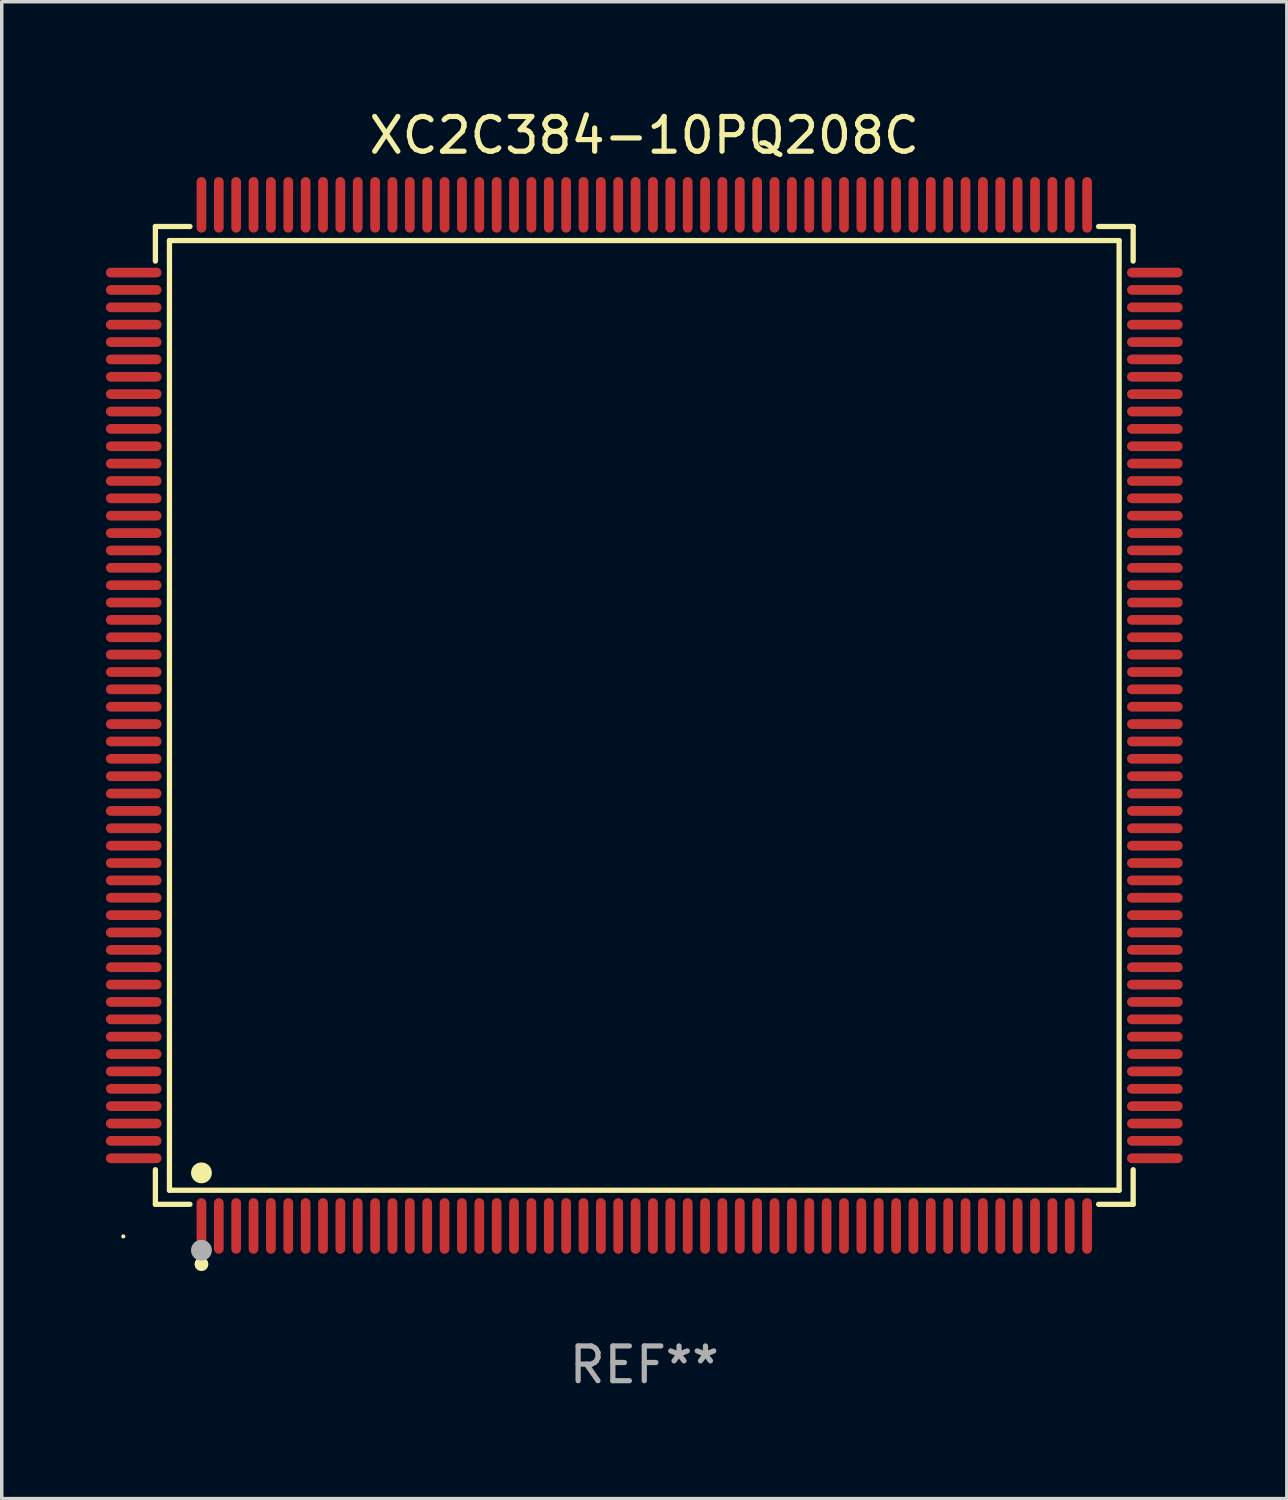
<source format=kicad_pcb>
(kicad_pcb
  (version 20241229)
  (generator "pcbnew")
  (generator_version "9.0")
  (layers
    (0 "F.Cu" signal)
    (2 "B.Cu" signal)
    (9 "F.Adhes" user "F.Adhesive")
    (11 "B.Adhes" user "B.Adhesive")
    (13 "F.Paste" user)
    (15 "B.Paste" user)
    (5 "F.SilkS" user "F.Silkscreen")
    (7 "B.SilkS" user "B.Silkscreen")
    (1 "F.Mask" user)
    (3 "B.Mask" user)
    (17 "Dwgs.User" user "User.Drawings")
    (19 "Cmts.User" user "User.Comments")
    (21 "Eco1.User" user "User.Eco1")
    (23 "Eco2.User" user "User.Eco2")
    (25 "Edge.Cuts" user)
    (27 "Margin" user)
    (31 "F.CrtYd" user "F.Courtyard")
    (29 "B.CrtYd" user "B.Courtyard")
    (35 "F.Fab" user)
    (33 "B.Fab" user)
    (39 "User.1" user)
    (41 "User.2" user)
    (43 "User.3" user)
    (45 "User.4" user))
  (footprint "XC2C384-10PQ208C"
    (layer "F.Cu")
    (at 15.5 17.548)
    (property "Reference" "XC2C384-10PQ208C" (at 0 -16.7 0) (layer "F.SilkS") (effects (font (size 1 1) (thickness 0.15))))
    (attr through_hole)
    (fp_line (start -14.076 -14.076) (end -13.081 -14.076) (stroke (width 0.152) (type solid)) (layer "F.SilkS"))
    (fp_line (start -14.076 -13.081) (end -14.076 -14.076) (stroke (width 0.152) (type solid)) (layer "F.SilkS"))
    (fp_line (start -14.076 13.081) (end -14.076 14.076) (stroke (width 0.152) (type solid)) (layer "F.SilkS"))
    (fp_line (start -14.076 14.076) (end -13.081 14.076) (stroke (width 0.152) (type solid)) (layer "F.SilkS"))
    (fp_line (start -13.671 -13.671) (end 13.671 -13.671) (stroke (width 0.152) (type solid)) (layer "F.SilkS"))
    (fp_line (start -13.671 13.671) (end -13.671 -13.671) (stroke (width 0.152) (type solid)) (layer "F.SilkS"))
    (fp_line (start 13.671 -13.671) (end 13.671 13.671) (stroke (width 0.152) (type solid)) (layer "F.SilkS"))
    (fp_line (start 13.671 13.671) (end -13.671 13.671) (stroke (width 0.152) (type solid)) (layer "F.SilkS"))
    (fp_line (start 14.076 -14.076) (end 13.081 -14.076) (stroke (width 0.152) (type solid)) (layer "F.SilkS"))
    (fp_line (start 14.076 -13.081) (end 14.076 -14.076) (stroke (width 0.152) (type solid)) (layer "F.SilkS"))
    (fp_line (start 14.076 13.081) (end 14.076 14.076) (stroke (width 0.152) (type solid)) (layer "F.SilkS"))
    (fp_line (start 14.076 14.076) (end 13.081 14.076) (stroke (width 0.152) (type solid)) (layer "F.SilkS"))
    (fp_circle (center -15 15) (end -14.97 15) (stroke (width 0.06) (type solid)) (fill no) (layer "F.SilkS"))
    (fp_circle (center -12.75 13.171) (end -12.6 13.171) (stroke (width 0.3) (type solid)) (fill no) (layer "F.SilkS"))
    (fp_circle (center -12.75 15.8) (end -12.65 15.8) (stroke (width 0.2) (type solid)) (fill no) (layer "F.SilkS"))
    (fp_circle (center -12.75 15.4) (end -12.6 15.4) (stroke (width 0.3) (type solid)) (fill no) (layer "F.Fab"))
    (fp_text user "REF**" (at 0 18.7 0) (layer "F.Fab") (effects (font (size 1 1) (thickness 0.15))))
    (pad "1" smd oval (at -12.75 14.7) (size 0.28 1.6) (layers "F.Cu" "F.Mask" "F.Paste"))
    (pad "2" smd oval (at -12.25 14.7) (size 0.28 1.6) (layers "F.Cu" "F.Mask" "F.Paste"))
    (pad "3" smd oval (at -11.75 14.7) (size 0.28 1.6) (layers "F.Cu" "F.Mask" "F.Paste"))
    (pad "4" smd oval (at -11.25 14.7) (size 0.28 1.6) (layers "F.Cu" "F.Mask" "F.Paste"))
    (pad "5" smd oval (at -10.75 14.7) (size 0.28 1.6) (layers "F.Cu" "F.Mask" "F.Paste"))
    (pad "6" smd oval (at -10.25 14.7) (size 0.28 1.6) (layers "F.Cu" "F.Mask" "F.Paste"))
    (pad "7" smd oval (at -9.75 14.7) (size 0.28 1.6) (layers "F.Cu" "F.Mask" "F.Paste"))
    (pad "8" smd oval (at -9.25 14.7) (size 0.28 1.6) (layers "F.Cu" "F.Mask" "F.Paste"))
    (pad "9" smd oval (at -8.75 14.7) (size 0.28 1.6) (layers "F.Cu" "F.Mask" "F.Paste"))
    (pad "10" smd oval (at -8.25 14.7) (size 0.28 1.6) (layers "F.Cu" "F.Mask" "F.Paste"))
    (pad "11" smd oval (at -7.75 14.7) (size 0.28 1.6) (layers "F.Cu" "F.Mask" "F.Paste"))
    (pad "12" smd oval (at -7.25 14.7) (size 0.28 1.6) (layers "F.Cu" "F.Mask" "F.Paste"))
    (pad "13" smd oval (at -6.75 14.7) (size 0.28 1.6) (layers "F.Cu" "F.Mask" "F.Paste"))
    (pad "14" smd oval (at -6.25 14.7) (size 0.28 1.6) (layers "F.Cu" "F.Mask" "F.Paste"))
    (pad "15" smd oval (at -5.75 14.7) (size 0.28 1.6) (layers "F.Cu" "F.Mask" "F.Paste"))
    (pad "16" smd oval (at -5.25 14.7) (size 0.28 1.6) (layers "F.Cu" "F.Mask" "F.Paste"))
    (pad "17" smd oval (at -4.75 14.7) (size 0.28 1.6) (layers "F.Cu" "F.Mask" "F.Paste"))
    (pad "18" smd oval (at -4.25 14.7) (size 0.28 1.6) (layers "F.Cu" "F.Mask" "F.Paste"))
    (pad "19" smd oval (at -3.75 14.7) (size 0.28 1.6) (layers "F.Cu" "F.Mask" "F.Paste"))
    (pad "20" smd oval (at -3.25 14.7) (size 0.28 1.6) (layers "F.Cu" "F.Mask" "F.Paste"))
    (pad "21" smd oval (at -2.75 14.7) (size 0.28 1.6) (layers "F.Cu" "F.Mask" "F.Paste"))
    (pad "22" smd oval (at -2.25 14.7) (size 0.28 1.6) (layers "F.Cu" "F.Mask" "F.Paste"))
    (pad "23" smd oval (at -1.75 14.7) (size 0.28 1.6) (layers "F.Cu" "F.Mask" "F.Paste"))
    (pad "24" smd oval (at -1.25 14.7) (size 0.28 1.6) (layers "F.Cu" "F.Mask" "F.Paste"))
    (pad "25" smd oval (at -0.75 14.7) (size 0.28 1.6) (layers "F.Cu" "F.Mask" "F.Paste"))
    (pad "26" smd oval (at -0.25 14.7) (size 0.28 1.6) (layers "F.Cu" "F.Mask" "F.Paste"))
    (pad "27" smd oval (at 0.25 14.7) (size 0.28 1.6) (layers "F.Cu" "F.Mask" "F.Paste"))
    (pad "28" smd oval (at 0.75 14.7) (size 0.28 1.6) (layers "F.Cu" "F.Mask" "F.Paste"))
    (pad "29" smd oval (at 1.25 14.7) (size 0.28 1.6) (layers "F.Cu" "F.Mask" "F.Paste"))
    (pad "30" smd oval (at 1.75 14.7) (size 0.28 1.6) (layers "F.Cu" "F.Mask" "F.Paste"))
    (pad "31" smd oval (at 2.25 14.7) (size 0.28 1.6) (layers "F.Cu" "F.Mask" "F.Paste"))
    (pad "32" smd oval (at 2.75 14.7) (size 0.28 1.6) (layers "F.Cu" "F.Mask" "F.Paste"))
    (pad "33" smd oval (at 3.25 14.7) (size 0.28 1.6) (layers "F.Cu" "F.Mask" "F.Paste"))
    (pad "34" smd oval (at 3.75 14.7) (size 0.28 1.6) (layers "F.Cu" "F.Mask" "F.Paste"))
    (pad "35" smd oval (at 4.25 14.7) (size 0.28 1.6) (layers "F.Cu" "F.Mask" "F.Paste"))
    (pad "36" smd oval (at 4.75 14.7) (size 0.28 1.6) (layers "F.Cu" "F.Mask" "F.Paste"))
    (pad "37" smd oval (at 5.25 14.7) (size 0.28 1.6) (layers "F.Cu" "F.Mask" "F.Paste"))
    (pad "38" smd oval (at 5.75 14.7) (size 0.28 1.6) (layers "F.Cu" "F.Mask" "F.Paste"))
    (pad "39" smd oval (at 6.25 14.7) (size 0.28 1.6) (layers "F.Cu" "F.Mask" "F.Paste"))
    (pad "40" smd oval (at 6.75 14.7) (size 0.28 1.6) (layers "F.Cu" "F.Mask" "F.Paste"))
    (pad "41" smd oval (at 7.25 14.7) (size 0.28 1.6) (layers "F.Cu" "F.Mask" "F.Paste"))
    (pad "42" smd oval (at 7.75 14.7) (size 0.28 1.6) (layers "F.Cu" "F.Mask" "F.Paste"))
    (pad "43" smd oval (at 8.25 14.7) (size 0.28 1.6) (layers "F.Cu" "F.Mask" "F.Paste"))
    (pad "44" smd oval (at 8.75 14.7) (size 0.28 1.6) (layers "F.Cu" "F.Mask" "F.Paste"))
    (pad "45" smd oval (at 9.25 14.7) (size 0.28 1.6) (layers "F.Cu" "F.Mask" "F.Paste"))
    (pad "46" smd oval (at 9.75 14.7) (size 0.28 1.6) (layers "F.Cu" "F.Mask" "F.Paste"))
    (pad "47" smd oval (at 10.25 14.7) (size 0.28 1.6) (layers "F.Cu" "F.Mask" "F.Paste"))
    (pad "48" smd oval (at 10.75 14.7) (size 0.28 1.6) (layers "F.Cu" "F.Mask" "F.Paste"))
    (pad "49" smd oval (at 11.25 14.7) (size 0.28 1.6) (layers "F.Cu" "F.Mask" "F.Paste"))
    (pad "50" smd oval (at 11.75 14.7) (size 0.28 1.6) (layers "F.Cu" "F.Mask" "F.Paste"))
    (pad "51" smd oval (at 12.25 14.7) (size 0.28 1.6) (layers "F.Cu" "F.Mask" "F.Paste"))
    (pad "52" smd oval (at 12.75 14.7) (size 0.28 1.6) (layers "F.Cu" "F.Mask" "F.Paste"))
    (pad "53" smd oval (at 14.7 12.75) (size 1.6 0.28) (layers "F.Cu" "F.Mask" "F.Paste"))
    (pad "54" smd oval (at 14.7 12.25) (size 1.6 0.28) (layers "F.Cu" "F.Mask" "F.Paste"))
    (pad "55" smd oval (at 14.7 11.75) (size 1.6 0.28) (layers "F.Cu" "F.Mask" "F.Paste"))
    (pad "56" smd oval (at 14.7 11.25) (size 1.6 0.28) (layers "F.Cu" "F.Mask" "F.Paste"))
    (pad "57" smd oval (at 14.7 10.75) (size 1.6 0.28) (layers "F.Cu" "F.Mask" "F.Paste"))
    (pad "58" smd oval (at 14.7 10.25) (size 1.6 0.28) (layers "F.Cu" "F.Mask" "F.Paste"))
    (pad "59" smd oval (at 14.7 9.75) (size 1.6 0.28) (layers "F.Cu" "F.Mask" "F.Paste"))
    (pad "60" smd oval (at 14.7 9.25) (size 1.6 0.28) (layers "F.Cu" "F.Mask" "F.Paste"))
    (pad "61" smd oval (at 14.7 8.75) (size 1.6 0.28) (layers "F.Cu" "F.Mask" "F.Paste"))
    (pad "62" smd oval (at 14.7 8.25) (size 1.6 0.28) (layers "F.Cu" "F.Mask" "F.Paste"))
    (pad "63" smd oval (at 14.7 7.75) (size 1.6 0.28) (layers "F.Cu" "F.Mask" "F.Paste"))
    (pad "64" smd oval (at 14.7 7.25) (size 1.6 0.28) (layers "F.Cu" "F.Mask" "F.Paste"))
    (pad "65" smd oval (at 14.7 6.75) (size 1.6 0.28) (layers "F.Cu" "F.Mask" "F.Paste"))
    (pad "66" smd oval (at 14.7 6.25) (size 1.6 0.28) (layers "F.Cu" "F.Mask" "F.Paste"))
    (pad "67" smd oval (at 14.7 5.75) (size 1.6 0.28) (layers "F.Cu" "F.Mask" "F.Paste"))
    (pad "68" smd oval (at 14.7 5.25) (size 1.6 0.28) (layers "F.Cu" "F.Mask" "F.Paste"))
    (pad "69" smd oval (at 14.7 4.75) (size 1.6 0.28) (layers "F.Cu" "F.Mask" "F.Paste"))
    (pad "70" smd oval (at 14.7 4.25) (size 1.6 0.28) (layers "F.Cu" "F.Mask" "F.Paste"))
    (pad "71" smd oval (at 14.7 3.75) (size 1.6 0.28) (layers "F.Cu" "F.Mask" "F.Paste"))
    (pad "72" smd oval (at 14.7 3.25) (size 1.6 0.28) (layers "F.Cu" "F.Mask" "F.Paste"))
    (pad "73" smd oval (at 14.7 2.75) (size 1.6 0.28) (layers "F.Cu" "F.Mask" "F.Paste"))
    (pad "74" smd oval (at 14.7 2.25) (size 1.6 0.28) (layers "F.Cu" "F.Mask" "F.Paste"))
    (pad "75" smd oval (at 14.7 1.75) (size 1.6 0.28) (layers "F.Cu" "F.Mask" "F.Paste"))
    (pad "76" smd oval (at 14.7 1.25) (size 1.6 0.28) (layers "F.Cu" "F.Mask" "F.Paste"))
    (pad "77" smd oval (at 14.7 0.75) (size 1.6 0.28) (layers "F.Cu" "F.Mask" "F.Paste"))
    (pad "78" smd oval (at 14.7 0.25) (size 1.6 0.28) (layers "F.Cu" "F.Mask" "F.Paste"))
    (pad "79" smd oval (at 14.7 -0.25) (size 1.6 0.28) (layers "F.Cu" "F.Mask" "F.Paste"))
    (pad "80" smd oval (at 14.7 -0.75) (size 1.6 0.28) (layers "F.Cu" "F.Mask" "F.Paste"))
    (pad "81" smd oval (at 14.7 -1.25) (size 1.6 0.28) (layers "F.Cu" "F.Mask" "F.Paste"))
    (pad "82" smd oval (at 14.7 -1.75) (size 1.6 0.28) (layers "F.Cu" "F.Mask" "F.Paste"))
    (pad "83" smd oval (at 14.7 -2.25) (size 1.6 0.28) (layers "F.Cu" "F.Mask" "F.Paste"))
    (pad "84" smd oval (at 14.7 -2.75) (size 1.6 0.28) (layers "F.Cu" "F.Mask" "F.Paste"))
    (pad "85" smd oval (at 14.7 -3.25) (size 1.6 0.28) (layers "F.Cu" "F.Mask" "F.Paste"))
    (pad "86" smd oval (at 14.7 -3.75) (size 1.6 0.28) (layers "F.Cu" "F.Mask" "F.Paste"))
    (pad "87" smd oval (at 14.7 -4.25) (size 1.6 0.28) (layers "F.Cu" "F.Mask" "F.Paste"))
    (pad "88" smd oval (at 14.7 -4.75) (size 1.6 0.28) (layers "F.Cu" "F.Mask" "F.Paste"))
    (pad "89" smd oval (at 14.7 -5.25) (size 1.6 0.28) (layers "F.Cu" "F.Mask" "F.Paste"))
    (pad "90" smd oval (at 14.7 -5.75) (size 1.6 0.28) (layers "F.Cu" "F.Mask" "F.Paste"))
    (pad "91" smd oval (at 14.7 -6.25) (size 1.6 0.28) (layers "F.Cu" "F.Mask" "F.Paste"))
    (pad "92" smd oval (at 14.7 -6.75) (size 1.6 0.28) (layers "F.Cu" "F.Mask" "F.Paste"))
    (pad "93" smd oval (at 14.7 -7.25) (size 1.6 0.28) (layers "F.Cu" "F.Mask" "F.Paste"))
    (pad "94" smd oval (at 14.7 -7.75) (size 1.6 0.28) (layers "F.Cu" "F.Mask" "F.Paste"))
    (pad "95" smd oval (at 14.7 -8.25) (size 1.6 0.28) (layers "F.Cu" "F.Mask" "F.Paste"))
    (pad "96" smd oval (at 14.7 -8.75) (size 1.6 0.28) (layers "F.Cu" "F.Mask" "F.Paste"))
    (pad "97" smd oval (at 14.7 -9.25) (size 1.6 0.28) (layers "F.Cu" "F.Mask" "F.Paste"))
    (pad "98" smd oval (at 14.7 -9.75) (size 1.6 0.28) (layers "F.Cu" "F.Mask" "F.Paste"))
    (pad "99" smd oval (at 14.7 -10.25) (size 1.6 0.28) (layers "F.Cu" "F.Mask" "F.Paste"))
    (pad "100" smd oval (at 14.7 -10.75) (size 1.6 0.28) (layers "F.Cu" "F.Mask" "F.Paste"))
    (pad "101" smd oval (at 14.7 -11.25) (size 1.6 0.28) (layers "F.Cu" "F.Mask" "F.Paste"))
    (pad "102" smd oval (at 14.7 -11.75) (size 1.6 0.28) (layers "F.Cu" "F.Mask" "F.Paste"))
    (pad "103" smd oval (at 14.7 -12.25) (size 1.6 0.28) (layers "F.Cu" "F.Mask" "F.Paste"))
    (pad "104" smd oval (at 14.7 -12.75) (size 1.6 0.28) (layers "F.Cu" "F.Mask" "F.Paste"))
    (pad "105" smd oval (at 12.75 -14.7) (size 0.28 1.6) (layers "F.Cu" "F.Mask" "F.Paste"))
    (pad "106" smd oval (at 12.25 -14.7) (size 0.28 1.6) (layers "F.Cu" "F.Mask" "F.Paste"))
    (pad "107" smd oval (at 11.75 -14.7) (size 0.28 1.6) (layers "F.Cu" "F.Mask" "F.Paste"))
    (pad "108" smd oval (at 11.25 -14.7) (size 0.28 1.6) (layers "F.Cu" "F.Mask" "F.Paste"))
    (pad "109" smd oval (at 10.75 -14.7) (size 0.28 1.6) (layers "F.Cu" "F.Mask" "F.Paste"))
    (pad "110" smd oval (at 10.25 -14.7) (size 0.28 1.6) (layers "F.Cu" "F.Mask" "F.Paste"))
    (pad "111" smd oval (at 9.75 -14.7) (size 0.28 1.6) (layers "F.Cu" "F.Mask" "F.Paste"))
    (pad "112" smd oval (at 9.25 -14.7) (size 0.28 1.6) (layers "F.Cu" "F.Mask" "F.Paste"))
    (pad "113" smd oval (at 8.75 -14.7) (size 0.28 1.6) (layers "F.Cu" "F.Mask" "F.Paste"))
    (pad "114" smd oval (at 8.25 -14.7) (size 0.28 1.6) (layers "F.Cu" "F.Mask" "F.Paste"))
    (pad "115" smd oval (at 7.75 -14.7) (size 0.28 1.6) (layers "F.Cu" "F.Mask" "F.Paste"))
    (pad "116" smd oval (at 7.25 -14.7) (size 0.28 1.6) (layers "F.Cu" "F.Mask" "F.Paste"))
    (pad "117" smd oval (at 6.75 -14.7) (size 0.28 1.6) (layers "F.Cu" "F.Mask" "F.Paste"))
    (pad "118" smd oval (at 6.25 -14.7) (size 0.28 1.6) (layers "F.Cu" "F.Mask" "F.Paste"))
    (pad "119" smd oval (at 5.75 -14.7) (size 0.28 1.6) (layers "F.Cu" "F.Mask" "F.Paste"))
    (pad "120" smd oval (at 5.25 -14.7) (size 0.28 1.6) (layers "F.Cu" "F.Mask" "F.Paste"))
    (pad "121" smd oval (at 4.75 -14.7) (size 0.28 1.6) (layers "F.Cu" "F.Mask" "F.Paste"))
    (pad "122" smd oval (at 4.25 -14.7) (size 0.28 1.6) (layers "F.Cu" "F.Mask" "F.Paste"))
    (pad "123" smd oval (at 3.75 -14.7) (size 0.28 1.6) (layers "F.Cu" "F.Mask" "F.Paste"))
    (pad "124" smd oval (at 3.25 -14.7) (size 0.28 1.6) (layers "F.Cu" "F.Mask" "F.Paste"))
    (pad "125" smd oval (at 2.75 -14.7) (size 0.28 1.6) (layers "F.Cu" "F.Mask" "F.Paste"))
    (pad "126" smd oval (at 2.25 -14.7) (size 0.28 1.6) (layers "F.Cu" "F.Mask" "F.Paste"))
    (pad "127" smd oval (at 1.75 -14.7) (size 0.28 1.6) (layers "F.Cu" "F.Mask" "F.Paste"))
    (pad "128" smd oval (at 1.25 -14.7) (size 0.28 1.6) (layers "F.Cu" "F.Mask" "F.Paste"))
    (pad "129" smd oval (at 0.75 -14.7) (size 0.28 1.6) (layers "F.Cu" "F.Mask" "F.Paste"))
    (pad "130" smd oval (at 0.25 -14.7) (size 0.28 1.6) (layers "F.Cu" "F.Mask" "F.Paste"))
    (pad "131" smd oval (at -0.25 -14.7) (size 0.28 1.6) (layers "F.Cu" "F.Mask" "F.Paste"))
    (pad "132" smd oval (at -0.75 -14.7) (size 0.28 1.6) (layers "F.Cu" "F.Mask" "F.Paste"))
    (pad "133" smd oval (at -1.25 -14.7) (size 0.28 1.6) (layers "F.Cu" "F.Mask" "F.Paste"))
    (pad "134" smd oval (at -1.75 -14.7) (size 0.28 1.6) (layers "F.Cu" "F.Mask" "F.Paste"))
    (pad "135" smd oval (at -2.25 -14.7) (size 0.28 1.6) (layers "F.Cu" "F.Mask" "F.Paste"))
    (pad "136" smd oval (at -2.75 -14.7) (size 0.28 1.6) (layers "F.Cu" "F.Mask" "F.Paste"))
    (pad "137" smd oval (at -3.25 -14.7) (size 0.28 1.6) (layers "F.Cu" "F.Mask" "F.Paste"))
    (pad "138" smd oval (at -3.75 -14.7) (size 0.28 1.6) (layers "F.Cu" "F.Mask" "F.Paste"))
    (pad "139" smd oval (at -4.25 -14.7) (size 0.28 1.6) (layers "F.Cu" "F.Mask" "F.Paste"))
    (pad "140" smd oval (at -4.75 -14.7) (size 0.28 1.6) (layers "F.Cu" "F.Mask" "F.Paste"))
    (pad "141" smd oval (at -5.25 -14.7) (size 0.28 1.6) (layers "F.Cu" "F.Mask" "F.Paste"))
    (pad "142" smd oval (at -5.75 -14.7) (size 0.28 1.6) (layers "F.Cu" "F.Mask" "F.Paste"))
    (pad "143" smd oval (at -6.25 -14.7) (size 0.28 1.6) (layers "F.Cu" "F.Mask" "F.Paste"))
    (pad "144" smd oval (at -6.75 -14.7) (size 0.28 1.6) (layers "F.Cu" "F.Mask" "F.Paste"))
    (pad "145" smd oval (at -7.25 -14.7) (size 0.28 1.6) (layers "F.Cu" "F.Mask" "F.Paste"))
    (pad "146" smd oval (at -7.75 -14.7) (size 0.28 1.6) (layers "F.Cu" "F.Mask" "F.Paste"))
    (pad "147" smd oval (at -8.25 -14.7) (size 0.28 1.6) (layers "F.Cu" "F.Mask" "F.Paste"))
    (pad "148" smd oval (at -8.75 -14.7) (size 0.28 1.6) (layers "F.Cu" "F.Mask" "F.Paste"))
    (pad "149" smd oval (at -9.25 -14.7) (size 0.28 1.6) (layers "F.Cu" "F.Mask" "F.Paste"))
    (pad "150" smd oval (at -9.75 -14.7) (size 0.28 1.6) (layers "F.Cu" "F.Mask" "F.Paste"))
    (pad "151" smd oval (at -10.25 -14.7) (size 0.28 1.6) (layers "F.Cu" "F.Mask" "F.Paste"))
    (pad "152" smd oval (at -10.75 -14.7) (size 0.28 1.6) (layers "F.Cu" "F.Mask" "F.Paste"))
    (pad "153" smd oval (at -11.25 -14.7) (size 0.28 1.6) (layers "F.Cu" "F.Mask" "F.Paste"))
    (pad "154" smd oval (at -11.75 -14.7) (size 0.28 1.6) (layers "F.Cu" "F.Mask" "F.Paste"))
    (pad "155" smd oval (at -12.25 -14.7) (size 0.28 1.6) (layers "F.Cu" "F.Mask" "F.Paste"))
    (pad "156" smd oval (at -12.75 -14.7) (size 0.28 1.6) (layers "F.Cu" "F.Mask" "F.Paste"))
    (pad "157" smd oval (at -14.7 -12.75) (size 1.6 0.28) (layers "F.Cu" "F.Mask" "F.Paste"))
    (pad "158" smd oval (at -14.7 -12.25) (size 1.6 0.28) (layers "F.Cu" "F.Mask" "F.Paste"))
    (pad "159" smd oval (at -14.7 -11.75) (size 1.6 0.28) (layers "F.Cu" "F.Mask" "F.Paste"))
    (pad "160" smd oval (at -14.7 -11.25) (size 1.6 0.28) (layers "F.Cu" "F.Mask" "F.Paste"))
    (pad "161" smd oval (at -14.7 -10.75) (size 1.6 0.28) (layers "F.Cu" "F.Mask" "F.Paste"))
    (pad "162" smd oval (at -14.7 -10.25) (size 1.6 0.28) (layers "F.Cu" "F.Mask" "F.Paste"))
    (pad "163" smd oval (at -14.7 -9.75) (size 1.6 0.28) (layers "F.Cu" "F.Mask" "F.Paste"))
    (pad "164" smd oval (at -14.7 -9.25) (size 1.6 0.28) (layers "F.Cu" "F.Mask" "F.Paste"))
    (pad "165" smd oval (at -14.7 -8.75) (size 1.6 0.28) (layers "F.Cu" "F.Mask" "F.Paste"))
    (pad "166" smd oval (at -14.7 -8.25) (size 1.6 0.28) (layers "F.Cu" "F.Mask" "F.Paste"))
    (pad "167" smd oval (at -14.7 -7.75) (size 1.6 0.28) (layers "F.Cu" "F.Mask" "F.Paste"))
    (pad "168" smd oval (at -14.7 -7.25) (size 1.6 0.28) (layers "F.Cu" "F.Mask" "F.Paste"))
    (pad "169" smd oval (at -14.7 -6.75) (size 1.6 0.28) (layers "F.Cu" "F.Mask" "F.Paste"))
    (pad "170" smd oval (at -14.7 -6.25) (size 1.6 0.28) (layers "F.Cu" "F.Mask" "F.Paste"))
    (pad "171" smd oval (at -14.7 -5.75) (size 1.6 0.28) (layers "F.Cu" "F.Mask" "F.Paste"))
    (pad "172" smd oval (at -14.7 -5.25) (size 1.6 0.28) (layers "F.Cu" "F.Mask" "F.Paste"))
    (pad "173" smd oval (at -14.7 -4.75) (size 1.6 0.28) (layers "F.Cu" "F.Mask" "F.Paste"))
    (pad "174" smd oval (at -14.7 -4.25) (size 1.6 0.28) (layers "F.Cu" "F.Mask" "F.Paste"))
    (pad "175" smd oval (at -14.7 -3.75) (size 1.6 0.28) (layers "F.Cu" "F.Mask" "F.Paste"))
    (pad "176" smd oval (at -14.7 -3.25) (size 1.6 0.28) (layers "F.Cu" "F.Mask" "F.Paste"))
    (pad "177" smd oval (at -14.7 -2.75) (size 1.6 0.28) (layers "F.Cu" "F.Mask" "F.Paste"))
    (pad "178" smd oval (at -14.7 -2.25) (size 1.6 0.28) (layers "F.Cu" "F.Mask" "F.Paste"))
    (pad "179" smd oval (at -14.7 -1.75) (size 1.6 0.28) (layers "F.Cu" "F.Mask" "F.Paste"))
    (pad "180" smd oval (at -14.7 -1.25) (size 1.6 0.28) (layers "F.Cu" "F.Mask" "F.Paste"))
    (pad "181" smd oval (at -14.7 -0.75) (size 1.6 0.28) (layers "F.Cu" "F.Mask" "F.Paste"))
    (pad "182" smd oval (at -14.7 -0.25) (size 1.6 0.28) (layers "F.Cu" "F.Mask" "F.Paste"))
    (pad "183" smd oval (at -14.7 0.25) (size 1.6 0.28) (layers "F.Cu" "F.Mask" "F.Paste"))
    (pad "184" smd oval (at -14.7 0.75) (size 1.6 0.28) (layers "F.Cu" "F.Mask" "F.Paste"))
    (pad "185" smd oval (at -14.7 1.25) (size 1.6 0.28) (layers "F.Cu" "F.Mask" "F.Paste"))
    (pad "186" smd oval (at -14.7 1.75) (size 1.6 0.28) (layers "F.Cu" "F.Mask" "F.Paste"))
    (pad "187" smd oval (at -14.7 2.25) (size 1.6 0.28) (layers "F.Cu" "F.Mask" "F.Paste"))
    (pad "188" smd oval (at -14.7 2.75) (size 1.6 0.28) (layers "F.Cu" "F.Mask" "F.Paste"))
    (pad "189" smd oval (at -14.7 3.25) (size 1.6 0.28) (layers "F.Cu" "F.Mask" "F.Paste"))
    (pad "190" smd oval (at -14.7 3.75) (size 1.6 0.28) (layers "F.Cu" "F.Mask" "F.Paste"))
    (pad "191" smd oval (at -14.7 4.25) (size 1.6 0.28) (layers "F.Cu" "F.Mask" "F.Paste"))
    (pad "192" smd oval (at -14.7 4.75) (size 1.6 0.28) (layers "F.Cu" "F.Mask" "F.Paste"))
    (pad "193" smd oval (at -14.7 5.25) (size 1.6 0.28) (layers "F.Cu" "F.Mask" "F.Paste"))
    (pad "194" smd oval (at -14.7 5.75) (size 1.6 0.28) (layers "F.Cu" "F.Mask" "F.Paste"))
    (pad "195" smd oval (at -14.7 6.25) (size 1.6 0.28) (layers "F.Cu" "F.Mask" "F.Paste"))
    (pad "196" smd oval (at -14.7 6.75) (size 1.6 0.28) (layers "F.Cu" "F.Mask" "F.Paste"))
    (pad "197" smd oval (at -14.7 7.25) (size 1.6 0.28) (layers "F.Cu" "F.Mask" "F.Paste"))
    (pad "198" smd oval (at -14.7 7.75) (size 1.6 0.28) (layers "F.Cu" "F.Mask" "F.Paste"))
    (pad "199" smd oval (at -14.7 8.25) (size 1.6 0.28) (layers "F.Cu" "F.Mask" "F.Paste"))
    (pad "200" smd oval (at -14.7 8.75) (size 1.6 0.28) (layers "F.Cu" "F.Mask" "F.Paste"))
    (pad "201" smd oval (at -14.7 9.25) (size 1.6 0.28) (layers "F.Cu" "F.Mask" "F.Paste"))
    (pad "202" smd oval (at -14.7 9.75) (size 1.6 0.28) (layers "F.Cu" "F.Mask" "F.Paste"))
    (pad "203" smd oval (at -14.7 10.25) (size 1.6 0.28) (layers "F.Cu" "F.Mask" "F.Paste"))
    (pad "204" smd oval (at -14.7 10.75) (size 1.6 0.28) (layers "F.Cu" "F.Mask" "F.Paste"))
    (pad "205" smd oval (at -14.7 11.25) (size 1.6 0.28) (layers "F.Cu" "F.Mask" "F.Paste"))
    (pad "206" smd oval (at -14.7 11.75) (size 1.6 0.28) (layers "F.Cu" "F.Mask" "F.Paste"))
    (pad "207" smd oval (at -14.7 12.25) (size 1.6 0.28) (layers "F.Cu" "F.Mask" "F.Paste"))
    (pad "208" smd oval (at -14.7 12.75) (size 1.6 0.28) (layers "F.Cu" "F.Mask" "F.Paste")))
  (gr_rect
    (start -3 -3)
    (end 34 40.097)
    (stroke (width 0.1) (type default))
    (fill no)
    (layer "Edge.Cuts")))
</source>
